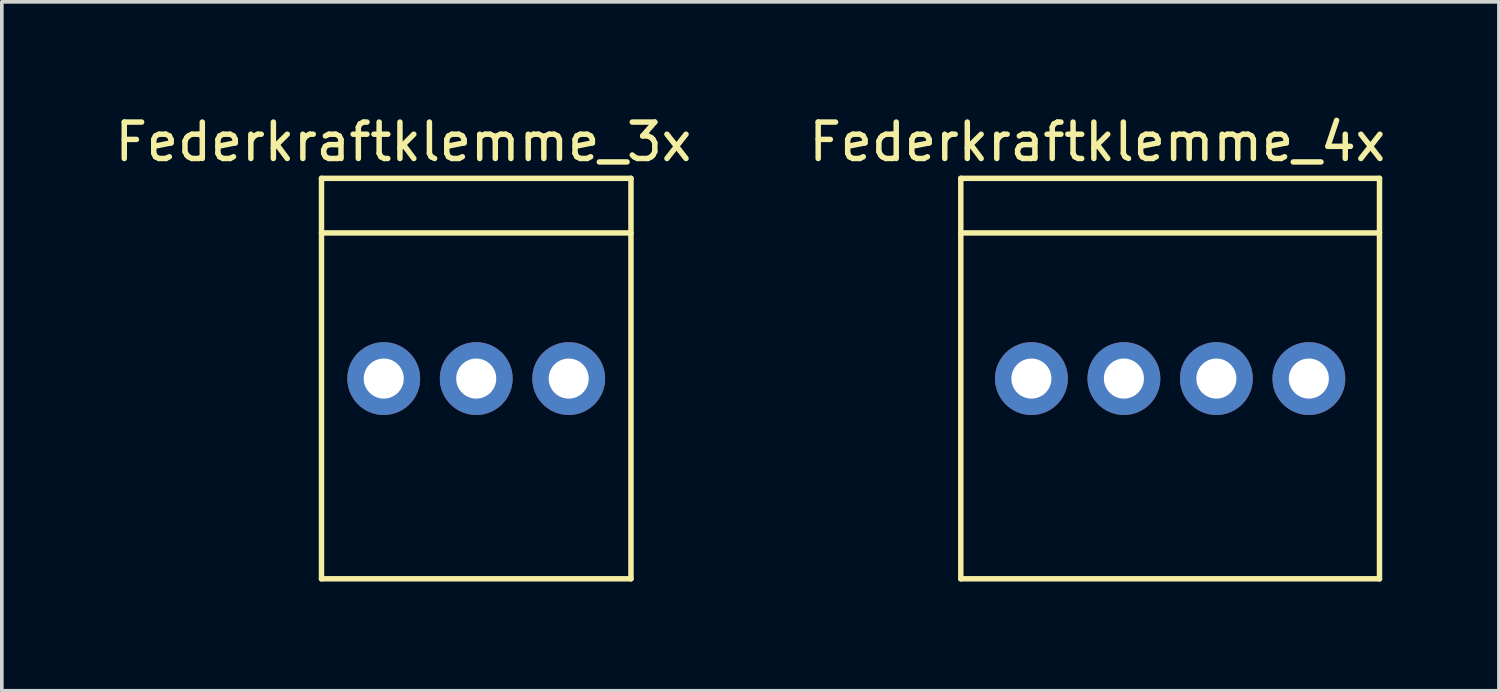
<source format=kicad_pcb>
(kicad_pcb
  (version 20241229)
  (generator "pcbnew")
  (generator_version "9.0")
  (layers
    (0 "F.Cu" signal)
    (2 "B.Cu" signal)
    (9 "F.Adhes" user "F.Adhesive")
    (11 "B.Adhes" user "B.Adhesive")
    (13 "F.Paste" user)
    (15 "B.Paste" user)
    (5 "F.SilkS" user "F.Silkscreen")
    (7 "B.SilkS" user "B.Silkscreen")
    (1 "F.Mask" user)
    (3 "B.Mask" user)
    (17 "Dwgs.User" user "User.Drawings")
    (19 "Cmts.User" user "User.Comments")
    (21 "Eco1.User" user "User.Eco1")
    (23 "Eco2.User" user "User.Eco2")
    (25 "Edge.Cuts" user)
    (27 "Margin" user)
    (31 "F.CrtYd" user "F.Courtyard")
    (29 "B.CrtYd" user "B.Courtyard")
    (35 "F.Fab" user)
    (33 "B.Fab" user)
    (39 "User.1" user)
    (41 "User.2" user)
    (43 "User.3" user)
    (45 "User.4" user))
  (footprint "Federkraftklemme_3x"
    (layer "F.Cu")
    (at 10.03 7.348)
    (property "Reference" "Federkraftklemme_3x" (at -2 -6.5 0) (layer "F.SilkS") (effects (font (size 1 1) (thickness 0.15))))
    (attr through_hole)
    (fp_line (start -4.25 -5.5) (end 4.25 -5.5) (stroke (width 0.15) (type solid)) (layer "F.SilkS"))
    (fp_line (start -4.25 -4) (end 4.25 -4) (stroke (width 0.15) (type solid)) (layer "F.SilkS"))
    (fp_line (start -4.25 5.5) (end -4.25 -5.5) (stroke (width 0.15) (type solid)) (layer "F.SilkS"))
    (fp_line (start 4.25 -5.5) (end 4.25 5.5) (stroke (width 0.15) (type solid)) (layer "F.SilkS"))
    (fp_line (start 4.25 5.5) (end -4.25 5.5) (stroke (width 0.15) (type solid)) (layer "F.SilkS"))
    (pad "1" thru_hole circle (at -2.54 0) (size 2 2) (drill 1.1) (layers "*.Cu" "*.Mask"))
    (pad "2" thru_hole circle (at 0 0) (size 2 2) (drill 1.1) (layers "*.Cu" "*.Mask"))
    (pad "3" thru_hole circle (at 2.54 0) (size 2 2) (drill 1.1) (layers "*.Cu" "*.Mask")))
  (footprint "Federkraftklemme_4x"
    (layer "F.Cu")
    (at 29.089 7.348)
    (property "Reference" "Federkraftklemme_4x" (at -2 -6.5 0) (layer "F.SilkS") (effects (font (size 1 1) (thickness 0.15))))
    (attr through_hole)
    (fp_line (start -5.75 -5.5) (end 5.75 -5.5) (stroke (width 0.15) (type solid)) (layer "F.SilkS"))
    (fp_line (start -5.75 -4) (end 5.75 -4) (stroke (width 0.15) (type solid)) (layer "F.SilkS"))
    (fp_line (start -5.75 5.5) (end -5.75 -5.5) (stroke (width 0.15) (type solid)) (layer "F.SilkS"))
    (fp_line (start 5.75 -5.5) (end 5.75 5.5) (stroke (width 0.15) (type solid)) (layer "F.SilkS"))
    (fp_line (start 5.75 5.5) (end -5.75 5.5) (stroke (width 0.15) (type solid)) (layer "F.SilkS"))
    (pad "1" thru_hole circle (at -3.81 0) (size 2 2) (drill 1.1) (layers "*.Cu" "*.Mask"))
    (pad "2" thru_hole circle (at -1.27 0) (size 2 2) (drill 1.1) (layers "*.Cu" "*.Mask"))
    (pad "3" thru_hole circle (at 1.27 0) (size 2 2) (drill 1.1) (layers "*.Cu" "*.Mask"))
    (pad "4" thru_hole circle (at 3.81 0) (size 2 2) (drill 1.1) (layers "*.Cu" "*.Mask")))
  (gr_rect
    (start -3 -3)
    (end 38.119 15.923)
    (stroke (width 0.1) (type default))
    (fill no)
    (layer "Edge.Cuts")))
</source>
